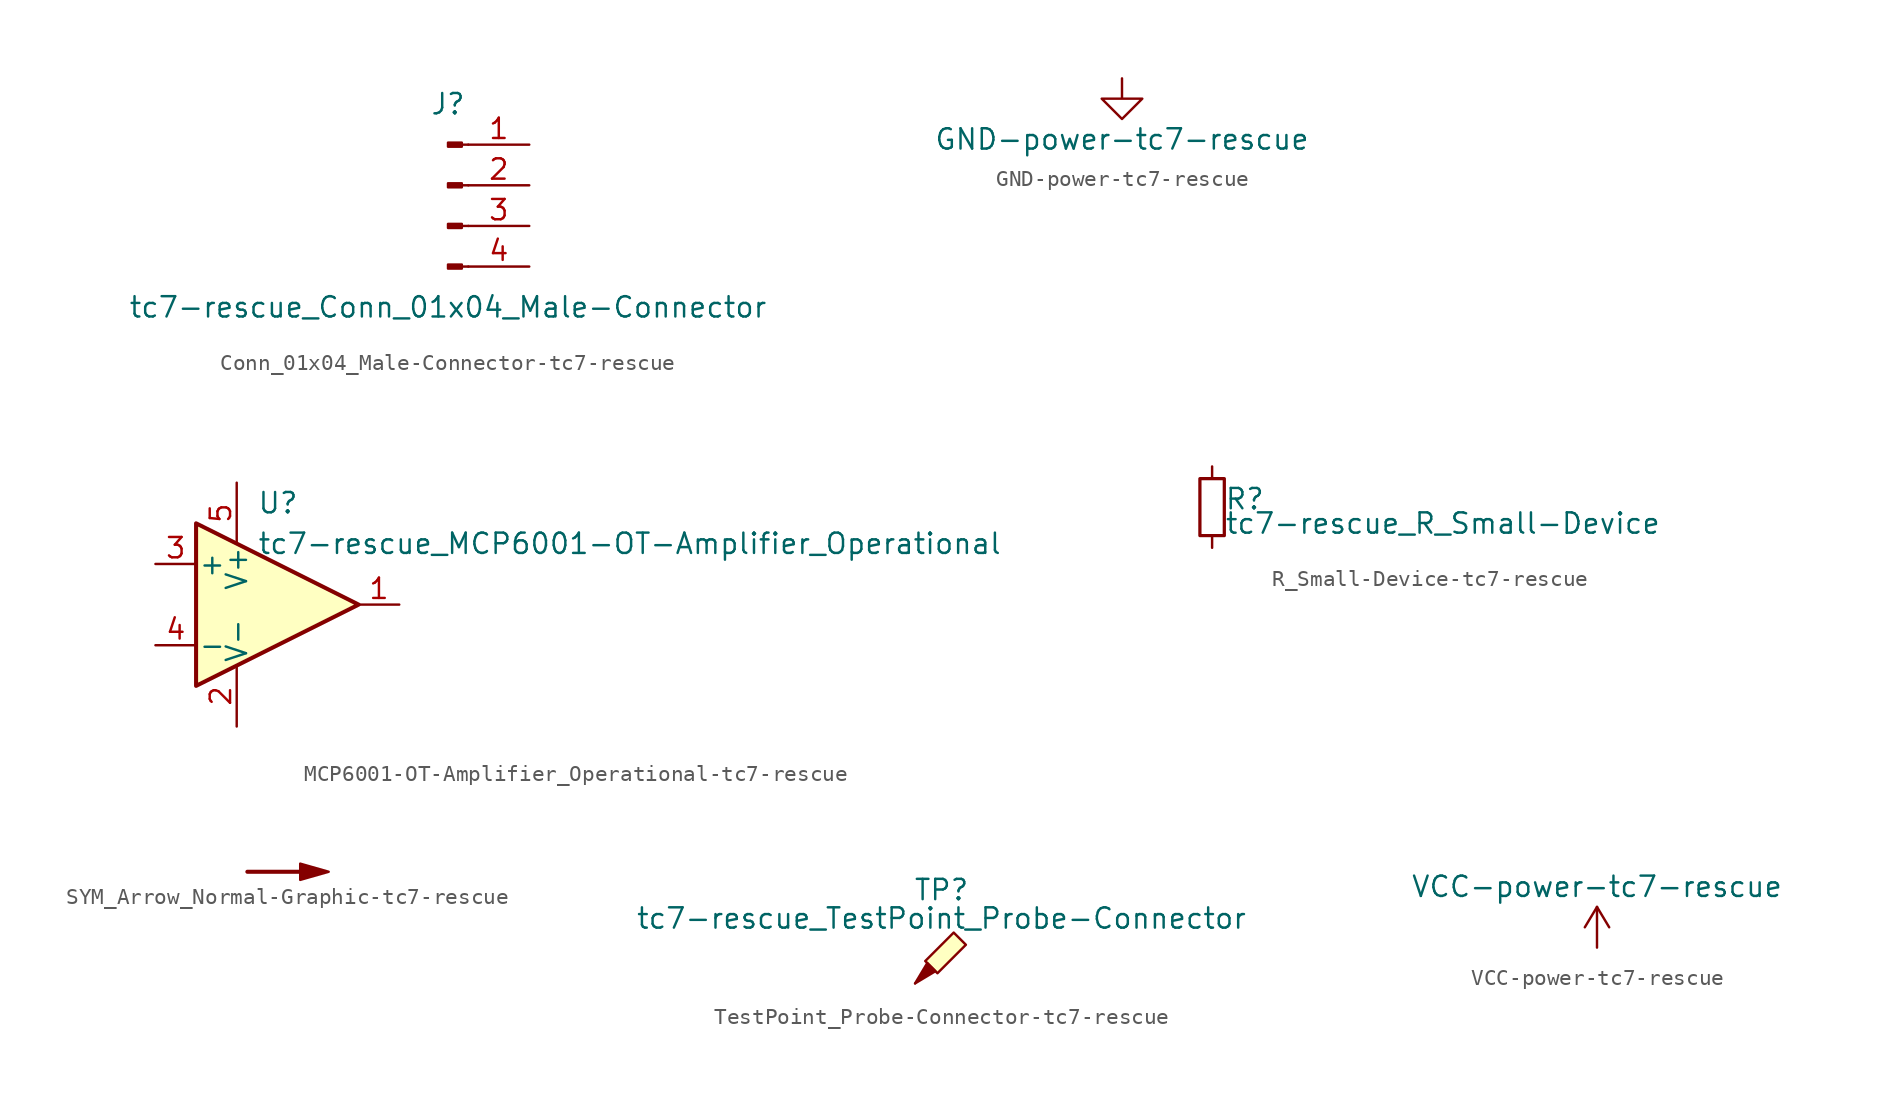
<source format=kicad_sym>
(kicad_symbol_lib
  (version 20220914)
  (generator kicad_symbol_editor)
  (symbol "Conn_01x04_Male-Connector-tc7-rescue"
    (pin_names
      (offset 1.016) hide)
    (property "Reference" "J"
      (at 0 5.08 0)
      (effects (font (size 1.27 1.27))))
    (property "Value" "tc7-rescue_Conn_01x04_Male-Connector"
      (at 0 -7.62 0)
      (effects (font (size 1.27 1.27))))
    (symbol "Conn_01x04_Male-Connector-tc7-rescue_1_1"
      (polyline (pts (xy 1.27 -5.08) (xy 0.864 -5.08)) (stroke (width 0.152) (type solid)) (fill (type none)))
      (polyline (pts (xy 1.27 -2.54) (xy 0.864 -2.54)) (stroke (width 0.152) (type solid)) (fill (type none)))
      (polyline (pts (xy 1.27 0) (xy 0.864 0)) (stroke (width 0.152) (type solid)) (fill (type none)))
      (polyline (pts (xy 1.27 2.54) (xy 0.864 2.54)) (stroke (width 0.152) (type solid)) (fill (type none)))
      (rectangle (start 0.864 -4.953) (end 0 -5.207) (stroke (width 0.152) (type solid)) (fill (type outline)))
      (rectangle (start 0.864 -2.413) (end 0 -2.667) (stroke (width 0.152) (type solid)) (fill (type outline)))
      (rectangle (start 0.864 0.127) (end 0 -0.127) (stroke (width 0.152) (type solid)) (fill (type outline)))
      (rectangle (start 0.864 2.667) (end 0 2.413) (stroke (width 0.152) (type solid)) (fill (type outline)))
      (pin passive line (at 5.08 2.54 180) (length 3.81) (name "Pin_1" (effects (font (size 1.27 1.27)))) (number "1" (effects (font (size 1.27 1.27)))))
      (pin passive line (at 5.08 0 180) (length 3.81) (name "Pin_2" (effects (font (size 1.27 1.27)))) (number "2" (effects (font (size 1.27 1.27)))))
      (pin passive line (at 5.08 -2.54 180) (length 3.81) (name "Pin_3" (effects (font (size 1.27 1.27)))) (number "3" (effects (font (size 1.27 1.27)))))
      (pin passive line (at 5.08 -5.08 180) (length 3.81) (name "Pin_4" (effects (font (size 1.27 1.27)))) (number "4" (effects (font (size 1.27 1.27)))))))
  (symbol "GND-power-tc7-rescue"
    (power)
    (pin_names
      (offset 0))
    (property "Reference" "#PWR"
      (at 0 -6.35 0)
      (effects (font (size 1.27 1.27)) hide))
    (property "Value" "GND-power-tc7-rescue"
      (at 0 -3.81 0)
      (effects (font (size 1.27 1.27))))
    (symbol "GND-power-tc7-rescue_0_1"
      (polyline (pts (xy 0 0) (xy 0 -1.27) (xy 1.27 -1.27) (xy 0 -2.54) (xy -1.27 -1.27) (xy 0 -1.27)) (stroke (width 0) (type solid)) (fill (type none))))
    (symbol "GND-power-tc7-rescue_1_1"
      (pin power_in line (at 0 0 270) (length 0) hide (name "GND" (effects (font (size 1.27 1.27)))) (number "1" (effects (font (size 1.27 1.27)))))))
  (symbol "MCP6001-OT-Amplifier_Operational-tc7-rescue"
    (pin_names
      (offset 0.127))
    (property "Reference" "U"
      (at -1.27 6.35 0)
      (effects (font (size 1.27 1.27)) (justify left)))
    (property "Value" "tc7-rescue_MCP6001-OT-Amplifier_Operational"
      (at -1.27 3.81 0)
      (effects (font (size 1.27 1.27)) (justify left)))
    (symbol "MCP6001-OT-Amplifier_Operational-tc7-rescue_0_1"
      (polyline (pts (xy -5.08 5.08) (xy 5.08 0) (xy -5.08 -5.08) (xy -5.08 5.08)) (stroke (width 0.254) (type solid)) (fill (type background)))
      (pin power_in line (at -2.54 -7.62 90) (length 3.81) (name "V-" (effects (font (size 1.27 1.27)))) (number "2" (effects (font (size 1.27 1.27)))))
      (pin power_in line (at -2.54 7.62 270) (length 3.81) (name "V+" (effects (font (size 1.27 1.27)))) (number "5" (effects (font (size 1.27 1.27))))))
    (symbol "MCP6001-OT-Amplifier_Operational-tc7-rescue_1_1"
      (pin output line (at 7.62 0 180) (length 2.54) (name "~" (effects (font (size 1.27 1.27)))) (number "1" (effects (font (size 1.27 1.27)))))
      (pin input line (at -7.62 2.54 0) (length 2.54) (name "+" (effects (font (size 1.27 1.27)))) (number "3" (effects (font (size 1.27 1.27)))))
      (pin input line (at -7.62 -2.54 0) (length 2.54) (name "-" (effects (font (size 1.27 1.27)))) (number "4" (effects (font (size 1.27 1.27)))))))
  (symbol "R_Small-Device-tc7-rescue"
    (pin_numbers hide)
    (pin_names
      (offset 0.254) hide)
    (property "Reference" "R"
      (at 0.762 0.508 0)
      (effects (font (size 1.27 1.27)) (justify left)))
    (property "Value" "tc7-rescue_R_Small-Device"
      (at 0.762 -1.016 0)
      (effects (font (size 1.27 1.27)) (justify left)))
    (symbol "R_Small-Device-tc7-rescue_0_1"
      (rectangle (start -0.762 1.778) (end 0.762 -1.778) (stroke (width 0.203) (type solid)) (fill (type none))))
    (symbol "R_Small-Device-tc7-rescue_1_1"
      (pin passive line (at 0 2.54 270) (length 0.762) (name "~" (effects (font (size 1.27 1.27)))) (number "1" (effects (font (size 1.27 1.27)))))
      (pin passive line (at 0 -2.54 90) (length 0.762) (name "~" (effects (font (size 1.27 1.27)))) (number "2" (effects (font (size 1.27 1.27)))))))
  (symbol "SYM_Arrow_Normal-Graphic-tc7-rescue"
    (pin_names
      (offset 1.016))
    (property "Reference" "#SYM"
      (at 0 1.524 0)
      (effects (font (size 1.27 1.27)) hide))
    (symbol "SYM_Arrow_Normal-Graphic-tc7-rescue_0_1"
      (polyline (pts (xy 1.524 0) (xy -2.54 0)) (stroke (width 0.254) (type solid)) (fill (type none)))
      (polyline (pts (xy 2.54 0) (xy 0.762 -0.508) (xy 0.762 0.508) (xy 2.54 0)) (stroke (width 0) (type solid)) (fill (type outline)))))
  (symbol "TestPoint_Probe-Connector-tc7-rescue"
    (pin_numbers hide)
    (pin_names
      (offset 0.762) hide)
    (property "Reference" "TP"
      (at 1.651 5.842 0)
      (effects (font (size 1.27 1.27))))
    (property "Value" "tc7-rescue_TestPoint_Probe-Connector"
      (at 1.651 4.064 0)
      (effects (font (size 1.27 1.27))))
    (symbol "TestPoint_Probe-Connector-tc7-rescue_0_1"
      (polyline (pts (xy 1.27 0.762) (xy 0 0) (xy 0.762 1.27) (xy 1.27 0.762)) (stroke (width 0) (type solid)) (fill (type outline)))
      (polyline (pts (xy 1.397 0.635) (xy 0.635 1.397) (xy 2.413 3.175) (xy 3.175 2.413) (xy 1.397 0.635)) (stroke (width 0) (type solid)) (fill (type background))))
    (symbol "TestPoint_Probe-Connector-tc7-rescue_1_1"
      (pin passive line (at 0 0 90) (length 0) (name "1" (effects (font (size 1.27 1.27)))) (number "1" (effects (font (size 1.27 1.27)))))))
  (symbol "VCC-power-tc7-rescue"
    (power)
    (pin_names
      (offset 0))
    (property "Reference" "#PWR"
      (at 0 -3.81 0)
      (effects (font (size 1.27 1.27)) hide))
    (property "Value" "VCC-power-tc7-rescue"
      (at 0 3.81 0)
      (effects (font (size 1.27 1.27))))
    (symbol "VCC-power-tc7-rescue_0_1"
      (polyline (pts (xy -0.762 1.27) (xy 0 2.54)) (stroke (width 0) (type solid)) (fill (type none)))
      (polyline (pts (xy 0 0) (xy 0 2.54)) (stroke (width 0) (type solid)) (fill (type none)))
      (polyline (pts (xy 0 2.54) (xy 0.762 1.27)) (stroke (width 0) (type solid)) (fill (type none))))
    (symbol "VCC-power-tc7-rescue_1_1"
      (pin power_in line (at 0 0 90) (length 0) hide (name "VCC" (effects (font (size 1.27 1.27)))) (number "1" (effects (font (size 1.27 1.27))))))))
</source>
